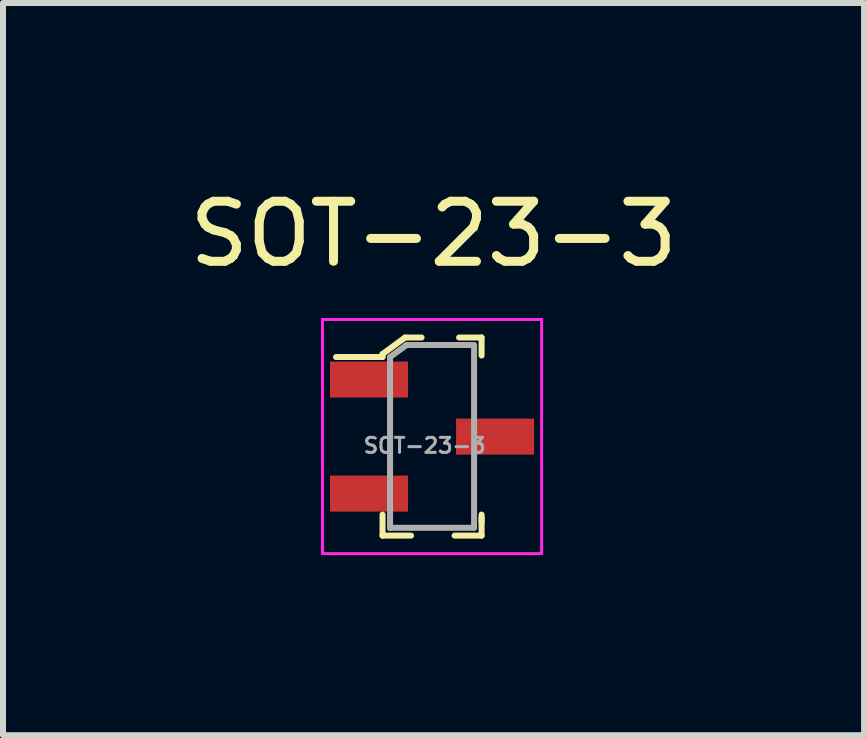
<source format=kicad_pcb>
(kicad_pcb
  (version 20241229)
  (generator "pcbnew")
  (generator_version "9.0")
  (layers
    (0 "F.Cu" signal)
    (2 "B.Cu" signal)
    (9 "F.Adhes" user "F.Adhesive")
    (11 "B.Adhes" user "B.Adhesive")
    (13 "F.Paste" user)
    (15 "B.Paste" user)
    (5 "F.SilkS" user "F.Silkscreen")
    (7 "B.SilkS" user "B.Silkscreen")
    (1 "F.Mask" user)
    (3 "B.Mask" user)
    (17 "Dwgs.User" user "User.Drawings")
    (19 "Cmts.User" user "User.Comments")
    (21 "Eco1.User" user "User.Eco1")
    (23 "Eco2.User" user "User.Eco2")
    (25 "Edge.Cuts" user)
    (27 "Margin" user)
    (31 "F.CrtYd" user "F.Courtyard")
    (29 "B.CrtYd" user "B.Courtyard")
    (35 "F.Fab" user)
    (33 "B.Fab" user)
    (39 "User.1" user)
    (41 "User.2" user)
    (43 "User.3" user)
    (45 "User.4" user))
  (footprint "SOT-23-3"
    (layer "F.Cu")
    (at 4.148 4.223)
    (property "Reference" "SOT-23-3" (at 0.025 -3.375 0) (layer "F.SilkS") (effects (font (size 1 1) (thickness 0.15))))
    (attr smd)
    (fp_line (start -0.825 -1.375) (end -0.825 -1.325) (stroke (width 0.1) (type solid)) (layer "F.SilkS"))
    (fp_line (start -0.825 -1.325) (end -1.6 -1.325) (stroke (width 0.1) (type solid)) (layer "F.SilkS"))
    (fp_line (start -0.825 1.65) (end -0.825 1.3) (stroke (width 0.1) (type solid)) (layer "F.SilkS"))
    (fp_line (start -0.45 -1.65) (end -0.825 -1.375) (stroke (width 0.1) (type solid)) (layer "F.SilkS"))
    (fp_line (start -0.35 1.65) (end -0.825 1.65) (stroke (width 0.1) (type solid)) (layer "F.SilkS"))
    (fp_line (start -0.175 -1.65) (end -0.45 -1.65) (stroke (width 0.1) (type solid)) (layer "F.SilkS"))
    (fp_line (start 0.45 -1.65) (end 0.825 -1.65) (stroke (width 0.1) (type solid)) (layer "F.SilkS"))
    (fp_line (start 0.825 -1.65) (end 0.825 -1.35) (stroke (width 0.1) (type solid)) (layer "F.SilkS"))
    (fp_line (start 0.825 1.35) (end 0.825 1.65) (stroke (width 0.1) (type solid)) (layer "F.SilkS"))
    (fp_line (start 0.825 1.425) (end 0.825 1.3) (stroke (width 0.1) (type solid)) (layer "F.SilkS"))
    (fp_line (start 0.825 1.65) (end 0.375 1.65) (stroke (width 0.1) (type solid)) (layer "F.SilkS"))
    (fp_line (start -1.825 -1.95) (end -1.825 1.95) (stroke (width 0.05) (type solid)) (layer "F.CrtYd"))
    (fp_line (start -1.825 -1.95) (end 1.825 -1.95) (stroke (width 0.05) (type solid)) (layer "F.CrtYd"))
    (fp_line (start 1.825 -1.95) (end 1.825 1.95) (stroke (width 0.05) (type solid)) (layer "F.CrtYd"))
    (fp_line (start 1.825 1.95) (end -1.825 1.95) (stroke (width 0.05) (type solid)) (layer "F.CrtYd"))
    (fp_line (start -0.7 -1.325) (end -0.7 1.525) (stroke (width 0.1) (type solid)) (layer "F.Fab"))
    (fp_line (start -0.7 1.52) (end 0.7 1.52) (stroke (width 0.1) (type solid)) (layer "F.Fab"))
    (fp_line (start -0.425 -1.525) (end -0.7 -1.325) (stroke (width 0.1) (type solid)) (layer "F.Fab"))
    (fp_line (start -0.425 -1.525) (end 0.7 -1.525) (stroke (width 0.1) (type solid)) (layer "F.Fab"))
    (fp_line (start 0.7 1.52) (end 0.7 -1.52) (stroke (width 0.1) (type solid)) (layer "F.Fab"))
    (fp_text user "${REFERENCE}" (at -0.125 0.15 0) (layer "F.Fab") (effects (font (size 0.25 0.25) (thickness 0.05))))
    (pad "1" smd rect (at -1.05 -0.95) (size 1.3 0.6) (layers "F.Cu" "F.Mask" "F.Paste"))
    (pad "2" smd rect (at -1.05 0.95) (size 1.3 0.6) (layers "F.Cu" "F.Mask" "F.Paste"))
    (pad "3" smd rect (at 1.05 0) (size 1.3 0.6) (layers "F.Cu" "F.Mask" "F.Paste")))
  (gr_rect
    (start -3 -3)
    (end 11.345 9.198)
    (stroke (width 0.1) (type default))
    (fill no)
    (layer "Edge.Cuts")))
</source>
